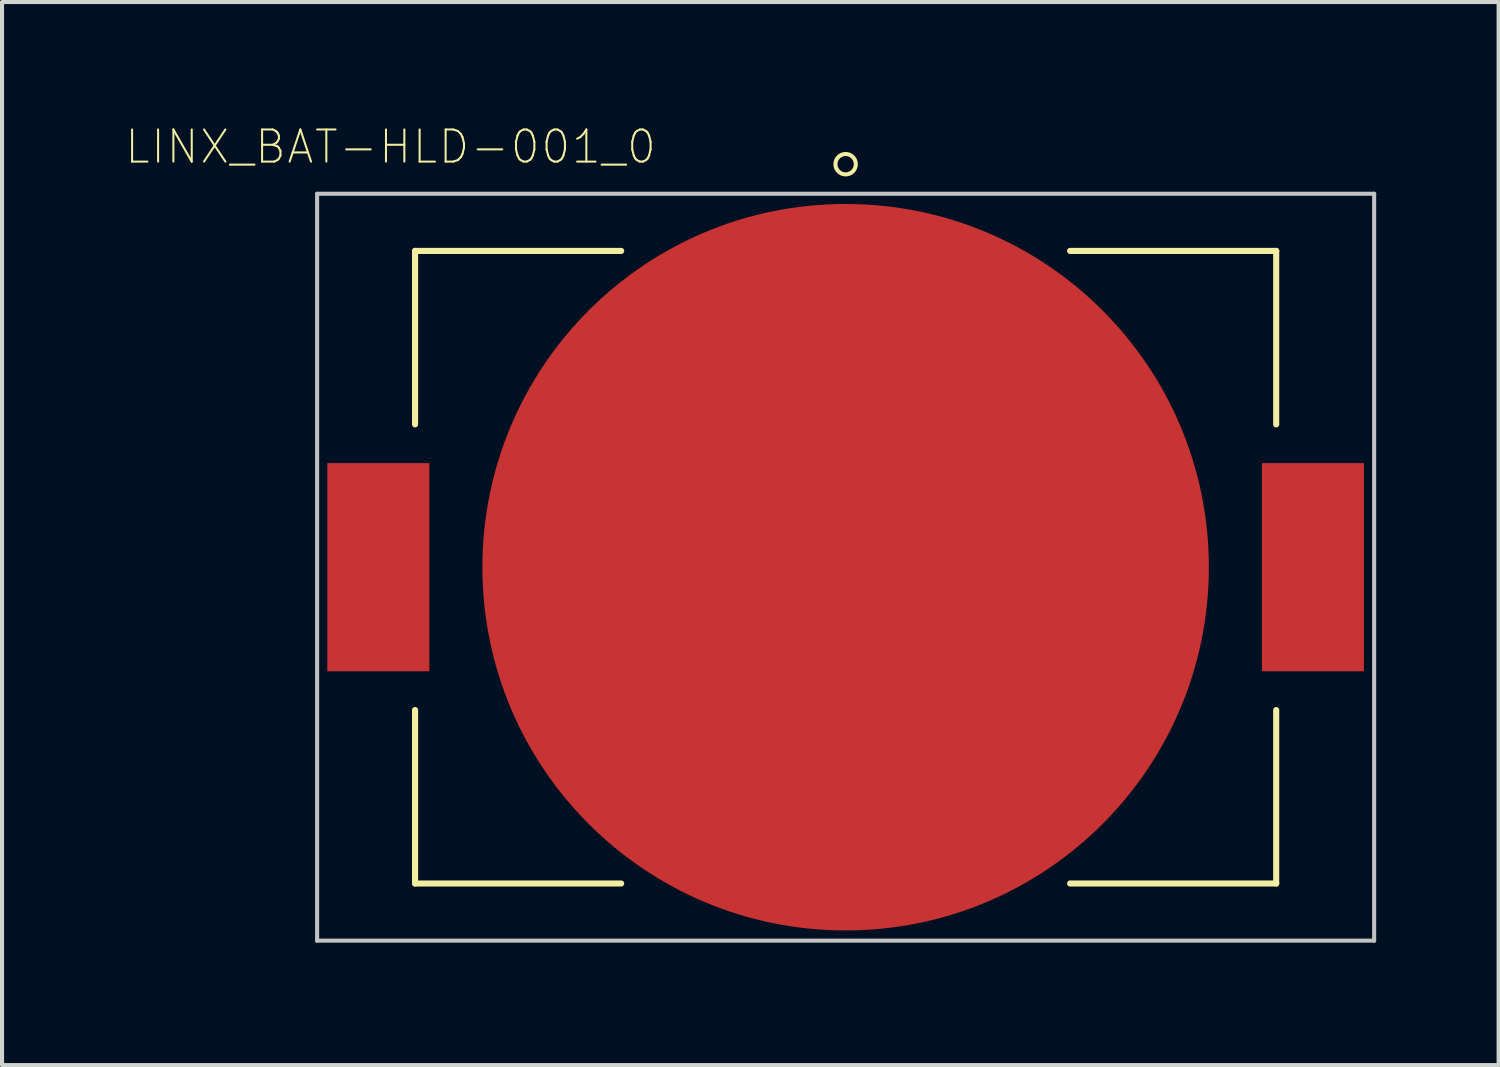
<source format=kicad_pcb>
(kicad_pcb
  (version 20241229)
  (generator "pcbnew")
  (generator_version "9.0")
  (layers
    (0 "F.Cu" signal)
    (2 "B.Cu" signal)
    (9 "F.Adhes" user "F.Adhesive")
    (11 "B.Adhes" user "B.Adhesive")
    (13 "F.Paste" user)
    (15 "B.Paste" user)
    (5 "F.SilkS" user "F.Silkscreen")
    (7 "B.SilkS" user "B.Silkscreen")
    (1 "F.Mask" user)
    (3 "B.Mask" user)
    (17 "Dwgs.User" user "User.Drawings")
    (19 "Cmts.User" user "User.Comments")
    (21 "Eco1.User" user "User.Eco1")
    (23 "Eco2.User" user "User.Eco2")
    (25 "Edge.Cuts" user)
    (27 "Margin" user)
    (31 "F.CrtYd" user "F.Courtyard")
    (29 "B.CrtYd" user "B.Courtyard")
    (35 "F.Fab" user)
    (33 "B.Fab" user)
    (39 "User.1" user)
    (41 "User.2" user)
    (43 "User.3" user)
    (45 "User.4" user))
  (footprint "LINX_BAT-HLD-001_0"
    (layer "F.Cu")
    (at 17.67 10.848)
    (property "Reference" "LINX_BAT-HLD-001_0" (at -11.15 -10.3 0) (layer "F.SilkS") (effects (font (size 0.787 0.787) (thickness 0.05))))
    (attr smd)
    (fp_line (start -10.55 -7.75) (end -10.55 -3.5) (stroke (width 0.15) (type solid)) (layer "F.SilkS"))
    (fp_line (start -10.55 -7.75) (end -5.5 -7.75) (stroke (width 0.15) (type solid)) (layer "F.SilkS"))
    (fp_line (start -10.55 7.75) (end -10.55 3.5) (stroke (width 0.15) (type solid)) (layer "F.SilkS"))
    (fp_line (start -10.55 7.75) (end -5.5 7.75) (stroke (width 0.15) (type solid)) (layer "F.SilkS"))
    (fp_line (start 10.55 -7.75) (end 5.5 -7.75) (stroke (width 0.15) (type solid)) (layer "F.SilkS"))
    (fp_line (start 10.55 -7.75) (end 10.55 -3.5) (stroke (width 0.15) (type solid)) (layer "F.SilkS"))
    (fp_line (start 10.55 7.75) (end 5.5 7.75) (stroke (width 0.15) (type solid)) (layer "F.SilkS"))
    (fp_line (start 10.55 7.75) (end 10.55 3.5) (stroke (width 0.15) (type solid)) (layer "F.SilkS"))
    (fp_circle (center 0 -9.875) (end 0.25 -9.875) (stroke (width 0.1) (type solid)) (fill no) (layer "F.SilkS"))
    (fp_line (start -12.95 -9.15) (end 12.95 -9.15) (stroke (width 0.1) (type solid)) (layer "Dwgs.User"))
    (fp_line (start -12.95 9.15) (end -12.95 -9.15) (stroke (width 0.1) (type solid)) (layer "Dwgs.User"))
    (fp_line (start 12.95 -9.15) (end 12.95 9.15) (stroke (width 0.1) (type solid)) (layer "Dwgs.User"))
    (fp_line (start 12.95 9.15) (end -12.95 9.15) (stroke (width 0.1) (type solid)) (layer "Dwgs.User"))
    (fp_line (start -10.55 -7.75) (end 10.55 -7.75) (stroke (width 0.15) (type solid)) (layer "Eco2.User"))
    (fp_line (start -10.55 7.75) (end -10.55 -7.75) (stroke (width 0.15) (type solid)) (layer "Eco2.User"))
    (fp_line (start 10.55 -7.75) (end 10.55 7.75) (stroke (width 0.15) (type solid)) (layer "Eco2.User"))
    (fp_line (start 10.55 7.75) (end -10.55 7.75) (stroke (width 0.15) (type solid)) (layer "Eco2.User"))
    (pad "1" smd rect (at -11.45 0) (size 2.5 5.1) (layers "F.Cu" "F.Mask" "F.Paste"))
    (pad "1" smd rect (at 11.45 0) (size 2.5 5.1) (layers "F.Cu" "F.Mask" "F.Paste"))
    (pad "2" smd circle (at 0 0) (size 17.8 17.8) (layers "F.Cu" "F.Mask" "F.Paste")))
  (gr_rect
    (start -3 -3)
    (end 33.67 23.048)
    (stroke (width 0.1) (type default))
    (fill no)
    (layer "Edge.Cuts")))
</source>
